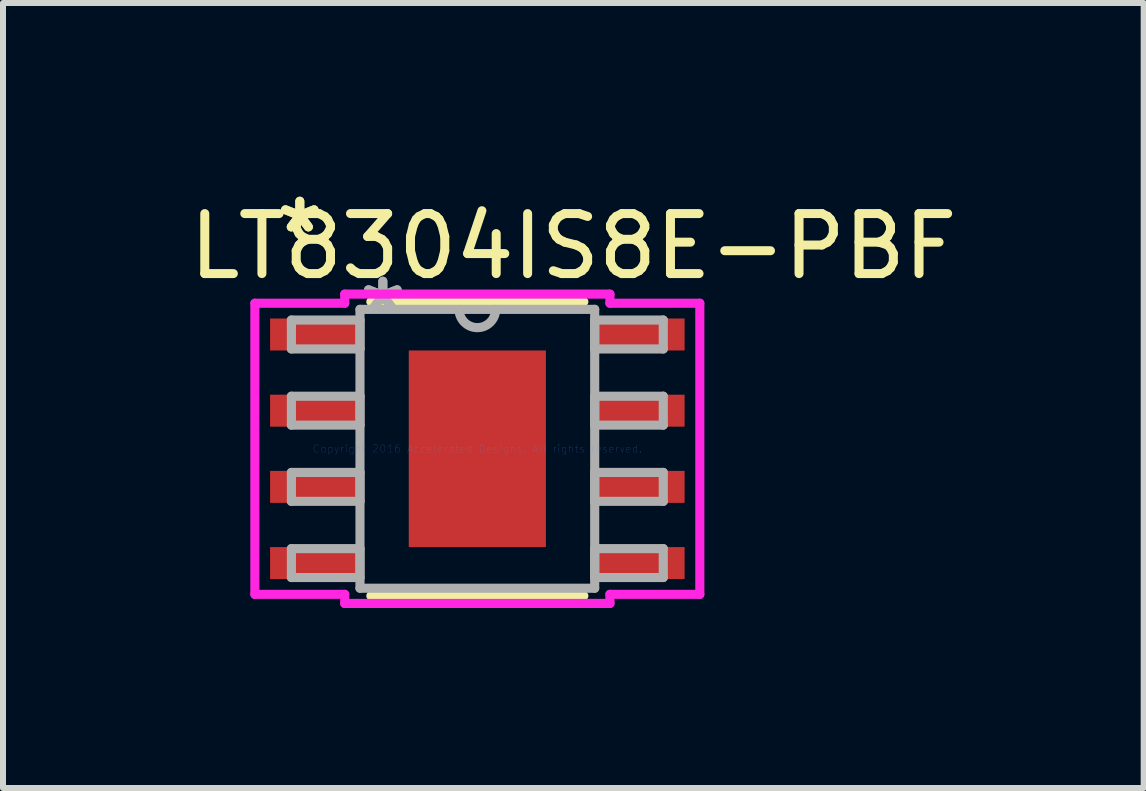
<source format=kicad_pcb>
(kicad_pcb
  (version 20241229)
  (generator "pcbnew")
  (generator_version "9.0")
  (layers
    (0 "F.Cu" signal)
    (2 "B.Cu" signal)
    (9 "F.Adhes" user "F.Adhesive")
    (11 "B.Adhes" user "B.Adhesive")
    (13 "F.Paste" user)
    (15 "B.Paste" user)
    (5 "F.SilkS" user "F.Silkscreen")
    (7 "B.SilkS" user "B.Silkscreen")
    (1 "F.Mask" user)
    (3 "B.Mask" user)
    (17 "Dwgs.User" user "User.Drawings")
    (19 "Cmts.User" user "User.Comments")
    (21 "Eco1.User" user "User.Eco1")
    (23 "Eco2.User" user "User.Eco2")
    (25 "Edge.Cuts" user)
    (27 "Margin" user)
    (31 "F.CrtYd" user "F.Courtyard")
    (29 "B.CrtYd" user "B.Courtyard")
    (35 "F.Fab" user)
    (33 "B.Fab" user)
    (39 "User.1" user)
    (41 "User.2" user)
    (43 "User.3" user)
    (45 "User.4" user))
  (footprint "LT8304IS8E-PBF"
    (layer "F.Cu")
    (at 4.906 4.43)
    (property "Reference" "LT8304IS8E-PBF" (at 1.6 -3.375 0) (layer "F.SilkS") (effects (font (size 1 1) (thickness 0.15))))
    (attr through_hole)
    (fp_line (start -1.775 2.451) (end 1.775 2.451) (stroke (width 0.152) (type solid)) (layer "F.SilkS"))
    (fp_line (start 1.775 -2.451) (end -1.775 -2.451) (stroke (width 0.152) (type solid)) (layer "F.SilkS"))
    (fp_line (start -1.043 -1.538) (end -1.043 -0.1) (stroke (width 0.152) (type solid)) (layer "F.Paste"))
    (fp_line (start -1.043 -0.1) (end 1.043 -0.1) (stroke (width 0.152) (type solid)) (layer "F.Paste"))
    (fp_line (start -1.043 0.1) (end -1.043 1.538) (stroke (width 0.152) (type solid)) (layer "F.Paste"))
    (fp_line (start -1.043 1.538) (end 1.043 1.538) (stroke (width 0.152) (type solid)) (layer "F.Paste"))
    (fp_line (start 1.043 -1.538) (end -1.043 -1.538) (stroke (width 0.152) (type solid)) (layer "F.Paste"))
    (fp_line (start 1.043 -0.1) (end 1.043 -1.538) (stroke (width 0.152) (type solid)) (layer "F.Paste"))
    (fp_line (start 1.043 0.1) (end -1.043 0.1) (stroke (width 0.152) (type solid)) (layer "F.Paste"))
    (fp_line (start 1.043 1.538) (end 1.043 0.1) (stroke (width 0.152) (type solid)) (layer "F.Paste"))
    (fp_line (start -3.708 -2.426) (end -2.21 -2.426) (stroke (width 0.152) (type solid)) (layer "F.CrtYd"))
    (fp_line (start -3.708 2.426) (end -3.708 -2.426) (stroke (width 0.152) (type solid)) (layer "F.CrtYd"))
    (fp_line (start -2.21 -2.578) (end 2.21 -2.578) (stroke (width 0.152) (type solid)) (layer "F.CrtYd"))
    (fp_line (start -2.21 -2.426) (end -2.21 -2.578) (stroke (width 0.152) (type solid)) (layer "F.CrtYd"))
    (fp_line (start -2.21 2.426) (end -3.708 2.426) (stroke (width 0.152) (type solid)) (layer "F.CrtYd"))
    (fp_line (start -2.21 2.578) (end -2.21 2.426) (stroke (width 0.152) (type solid)) (layer "F.CrtYd"))
    (fp_line (start 2.21 -2.578) (end 2.21 -2.426) (stroke (width 0.152) (type solid)) (layer "F.CrtYd"))
    (fp_line (start 2.21 -2.426) (end 3.708 -2.426) (stroke (width 0.152) (type solid)) (layer "F.CrtYd"))
    (fp_line (start 2.21 2.426) (end 2.21 2.578) (stroke (width 0.152) (type solid)) (layer "F.CrtYd"))
    (fp_line (start 2.21 2.578) (end -2.21 2.578) (stroke (width 0.152) (type solid)) (layer "F.CrtYd"))
    (fp_line (start 3.708 -2.426) (end 3.708 2.426) (stroke (width 0.152) (type solid)) (layer "F.CrtYd"))
    (fp_line (start 3.708 2.426) (end 2.21 2.426) (stroke (width 0.152) (type solid)) (layer "F.CrtYd"))
    (fp_line (start -3.099 -2.146) (end -3.099 -1.664) (stroke (width 0.152) (type solid)) (layer "F.Fab"))
    (fp_line (start -3.099 -1.664) (end -1.956 -1.664) (stroke (width 0.152) (type solid)) (layer "F.Fab"))
    (fp_line (start -3.099 -0.876) (end -3.099 -0.394) (stroke (width 0.152) (type solid)) (layer "F.Fab"))
    (fp_line (start -3.099 -0.394) (end -1.956 -0.394) (stroke (width 0.152) (type solid)) (layer "F.Fab"))
    (fp_line (start -3.099 0.394) (end -3.099 0.876) (stroke (width 0.152) (type solid)) (layer "F.Fab"))
    (fp_line (start -3.099 0.876) (end -1.956 0.876) (stroke (width 0.152) (type solid)) (layer "F.Fab"))
    (fp_line (start -3.099 1.664) (end -3.099 2.146) (stroke (width 0.152) (type solid)) (layer "F.Fab"))
    (fp_line (start -3.099 2.146) (end -1.956 2.146) (stroke (width 0.152) (type solid)) (layer "F.Fab"))
    (fp_line (start -1.956 -2.324) (end -1.956 2.324) (stroke (width 0.152) (type solid)) (layer "F.Fab"))
    (fp_line (start -1.956 -2.146) (end -3.099 -2.146) (stroke (width 0.152) (type solid)) (layer "F.Fab"))
    (fp_line (start -1.956 -1.664) (end -1.956 -2.146) (stroke (width 0.152) (type solid)) (layer "F.Fab"))
    (fp_line (start -1.956 -0.876) (end -3.099 -0.876) (stroke (width 0.152) (type solid)) (layer "F.Fab"))
    (fp_line (start -1.956 -0.394) (end -1.956 -0.876) (stroke (width 0.152) (type solid)) (layer "F.Fab"))
    (fp_line (start -1.956 0.394) (end -3.099 0.394) (stroke (width 0.152) (type solid)) (layer "F.Fab"))
    (fp_line (start -1.956 0.876) (end -1.956 0.394) (stroke (width 0.152) (type solid)) (layer "F.Fab"))
    (fp_line (start -1.956 1.664) (end -3.099 1.664) (stroke (width 0.152) (type solid)) (layer "F.Fab"))
    (fp_line (start -1.956 2.146) (end -1.956 1.664) (stroke (width 0.152) (type solid)) (layer "F.Fab"))
    (fp_line (start -1.956 2.324) (end 1.956 2.324) (stroke (width 0.152) (type solid)) (layer "F.Fab"))
    (fp_line (start 1.956 -2.324) (end -1.956 -2.324) (stroke (width 0.152) (type solid)) (layer "F.Fab"))
    (fp_line (start 1.956 -2.146) (end 1.956 -1.664) (stroke (width 0.152) (type solid)) (layer "F.Fab"))
    (fp_line (start 1.956 -1.664) (end 3.099 -1.664) (stroke (width 0.152) (type solid)) (layer "F.Fab"))
    (fp_line (start 1.956 -0.876) (end 1.956 -0.394) (stroke (width 0.152) (type solid)) (layer "F.Fab"))
    (fp_line (start 1.956 -0.394) (end 3.099 -0.394) (stroke (width 0.152) (type solid)) (layer "F.Fab"))
    (fp_line (start 1.956 0.394) (end 1.956 0.876) (stroke (width 0.152) (type solid)) (layer "F.Fab"))
    (fp_line (start 1.956 0.876) (end 3.099 0.876) (stroke (width 0.152) (type solid)) (layer "F.Fab"))
    (fp_line (start 1.956 1.664) (end 1.956 2.146) (stroke (width 0.152) (type solid)) (layer "F.Fab"))
    (fp_line (start 1.956 2.146) (end 3.099 2.146) (stroke (width 0.152) (type solid)) (layer "F.Fab"))
    (fp_line (start 1.956 2.324) (end 1.956 -2.324) (stroke (width 0.152) (type solid)) (layer "F.Fab"))
    (fp_line (start 3.099 -2.146) (end 1.956 -2.146) (stroke (width 0.152) (type solid)) (layer "F.Fab"))
    (fp_line (start 3.099 -1.664) (end 3.099 -2.146) (stroke (width 0.152) (type solid)) (layer "F.Fab"))
    (fp_line (start 3.099 -0.876) (end 1.956 -0.876) (stroke (width 0.152) (type solid)) (layer "F.Fab"))
    (fp_line (start 3.099 -0.394) (end 3.099 -0.876) (stroke (width 0.152) (type solid)) (layer "F.Fab"))
    (fp_line (start 3.099 0.394) (end 1.956 0.394) (stroke (width 0.152) (type solid)) (layer "F.Fab"))
    (fp_line (start 3.099 0.876) (end 3.099 0.394) (stroke (width 0.152) (type solid)) (layer "F.Fab"))
    (fp_line (start 3.099 1.664) (end 1.956 1.664) (stroke (width 0.152) (type solid)) (layer "F.Fab"))
    (fp_line (start 3.099 2.146) (end 3.099 1.664) (stroke (width 0.152) (type solid)) (layer "F.Fab"))
    (fp_arc (start 0.3048 -2.3241) (mid 0 -2.0193) (end -0.3048 -2.3241) (stroke (width 0.1524) (type solid)) (layer "F.Fab"))
    (fp_text user "*" (at -2.959 -3.581 0) (layer "F.SilkS") (effects (font (size 1 1) (thickness 0.15))))
    (fp_text user "*" (at -2.959 -3.581 0) (layer "F.SilkS") (effects (font (size 1 1) (thickness 0.15))))
    (fp_text user "Copyright 2016 Accelerated Designs. All rights reserved." (at 0 0 0) (layer "Cmts.User") (effects (font (size 0.127 0.127) (thickness 0.002))))
    (fp_text user "*" (at -1.575 -2.248 0) (layer "F.Fab") (effects (font (size 1 1) (thickness 0.15))))
    (fp_text user "*" (at -1.575 -2.248 0) (layer "F.Fab") (effects (font (size 1 1) (thickness 0.15))))
    (pad "1" smd rect (at -2.705 -1.905) (size 1.499 0.533) (layers "F.Cu" "F.Mask" "F.Paste"))
    (pad "2" smd rect (at -2.705 -0.635) (size 1.499 0.533) (layers "F.Cu" "F.Mask" "F.Paste"))
    (pad "3" smd rect (at -2.705 0.635) (size 1.499 0.533) (layers "F.Cu" "F.Mask" "F.Paste"))
    (pad "4" smd rect (at -2.705 1.905) (size 1.499 0.533) (layers "F.Cu" "F.Mask" "F.Paste"))
    (pad "5" smd rect (at 2.705 1.905) (size 1.499 0.533) (layers "F.Cu" "F.Mask" "F.Paste"))
    (pad "6" smd rect (at 2.705 0.635) (size 1.499 0.533) (layers "F.Cu" "F.Mask" "F.Paste"))
    (pad "7" smd rect (at 2.705 -0.635) (size 1.499 0.533) (layers "F.Cu" "F.Mask" "F.Paste"))
    (pad "8" smd rect (at 2.705 -1.905) (size 1.499 0.533) (layers "F.Cu" "F.Mask" "F.Paste"))
    (pad "EPAD" smd rect (at 0 0) (size 2.286 3.277) (layers "F.Cu" "F.Mask" "F.Paste")))
  (gr_rect
    (start -3 -3)
    (end 16.012 10.084)
    (stroke (width 0.1) (type default))
    (fill no)
    (layer "Edge.Cuts")))
</source>
